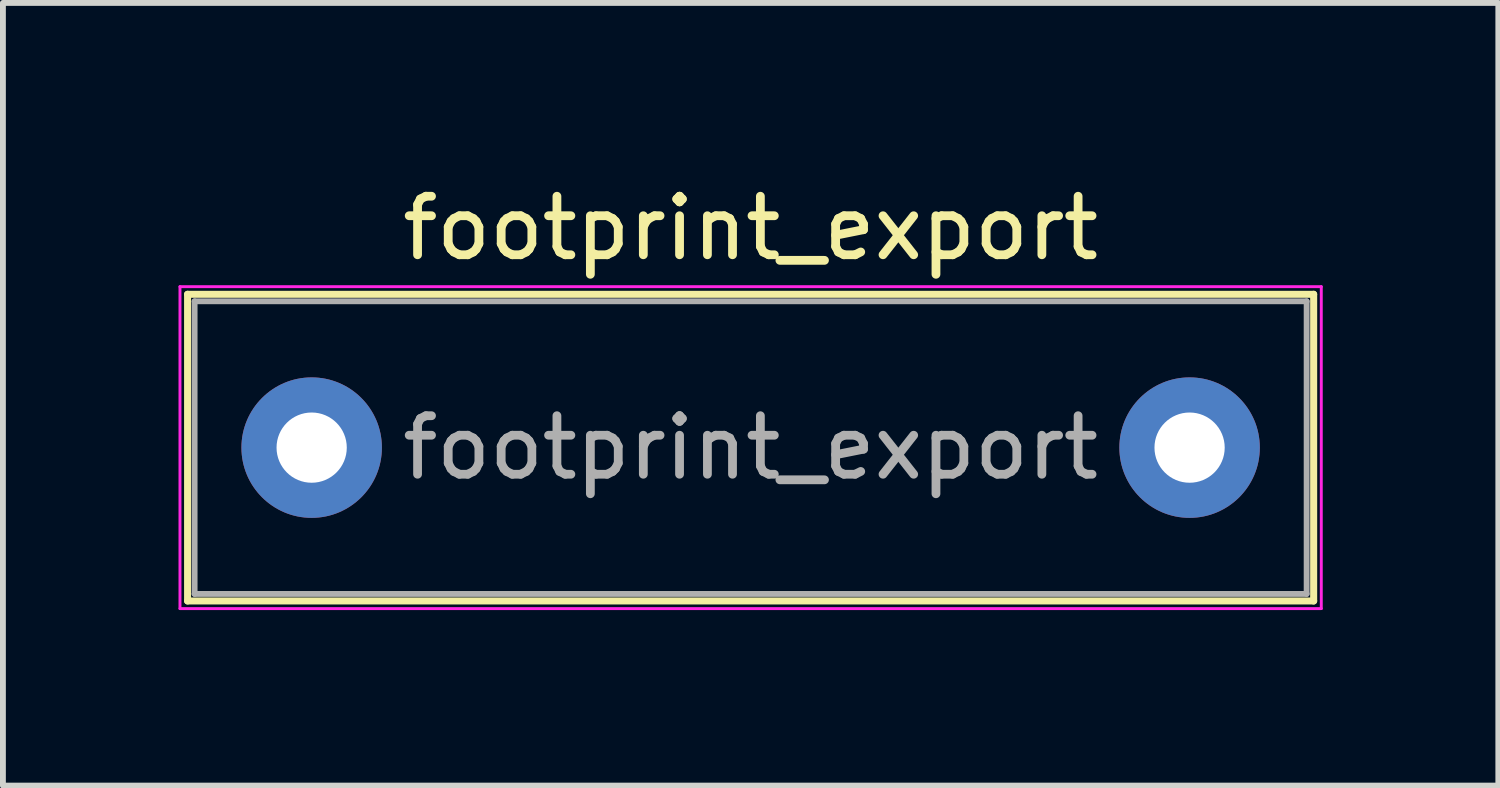
<source format=kicad_pcb>
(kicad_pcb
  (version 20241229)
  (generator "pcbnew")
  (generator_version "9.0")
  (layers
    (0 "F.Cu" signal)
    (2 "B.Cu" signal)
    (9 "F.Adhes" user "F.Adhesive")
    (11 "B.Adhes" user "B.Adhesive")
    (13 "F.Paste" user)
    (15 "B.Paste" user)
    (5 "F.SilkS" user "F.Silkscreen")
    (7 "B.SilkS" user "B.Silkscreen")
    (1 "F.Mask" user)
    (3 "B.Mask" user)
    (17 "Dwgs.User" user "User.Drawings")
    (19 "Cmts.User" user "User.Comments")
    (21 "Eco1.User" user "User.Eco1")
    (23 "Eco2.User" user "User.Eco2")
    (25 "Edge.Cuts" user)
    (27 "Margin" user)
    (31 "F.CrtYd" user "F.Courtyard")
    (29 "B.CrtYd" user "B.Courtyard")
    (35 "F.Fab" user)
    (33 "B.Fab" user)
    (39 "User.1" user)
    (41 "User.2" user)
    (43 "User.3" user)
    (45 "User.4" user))
  (footprint "footprint_export"
    (layer "F.Cu")
    (at 2.275 4.598)
    (property "Reference" "footprint_export" (at 7.5 -3.75 0) (layer "F.SilkS") (effects (font (size 1 1) (thickness 0.15))))
    (attr through_hole)
    (fp_line (start -2.12 -2.62) (end -2.12 2.62) (stroke (width 0.12) (type solid)) (layer "F.SilkS"))
    (fp_line (start -2.12 -2.62) (end 17.12 -2.62) (stroke (width 0.12) (type solid)) (layer "F.SilkS"))
    (fp_line (start -2.12 2.62) (end 17.12 2.62) (stroke (width 0.12) (type solid)) (layer "F.SilkS"))
    (fp_line (start 17.12 -2.62) (end 17.12 2.62) (stroke (width 0.12) (type solid)) (layer "F.SilkS"))
    (fp_line (start -2.25 -2.75) (end -2.25 2.75) (stroke (width 0.05) (type solid)) (layer "F.CrtYd"))
    (fp_line (start -2.25 2.75) (end 17.25 2.75) (stroke (width 0.05) (type solid)) (layer "F.CrtYd"))
    (fp_line (start 17.25 -2.75) (end -2.25 -2.75) (stroke (width 0.05) (type solid)) (layer "F.CrtYd"))
    (fp_line (start 17.25 2.75) (end 17.25 -2.75) (stroke (width 0.05) (type solid)) (layer "F.CrtYd"))
    (fp_line (start -2 -2.5) (end -2 2.5) (stroke (width 0.1) (type solid)) (layer "F.Fab"))
    (fp_line (start -2 2.5) (end 17 2.5) (stroke (width 0.1) (type solid)) (layer "F.Fab"))
    (fp_line (start 17 -2.5) (end -2 -2.5) (stroke (width 0.1) (type solid)) (layer "F.Fab"))
    (fp_line (start 17 2.5) (end 17 -2.5) (stroke (width 0.1) (type solid)) (layer "F.Fab"))
    (fp_text user "${REFERENCE}" (at 7.5 0 0) (layer "F.Fab") (effects (font (size 1 1) (thickness 0.15))))
    (pad "1" thru_hole circle (at 0 0) (size 2.4 2.4) (drill 1.2) (layers "*.Cu" "*.Mask"))
    (pad "2" thru_hole circle (at 15 0) (size 2.4 2.4) (drill 1.2) (layers "*.Cu" "*.Mask")))
  (gr_rect
    (start -3 -3)
    (end 22.55 10.373)
    (stroke (width 0.1) (type default))
    (fill no)
    (layer "Edge.Cuts")))
</source>
